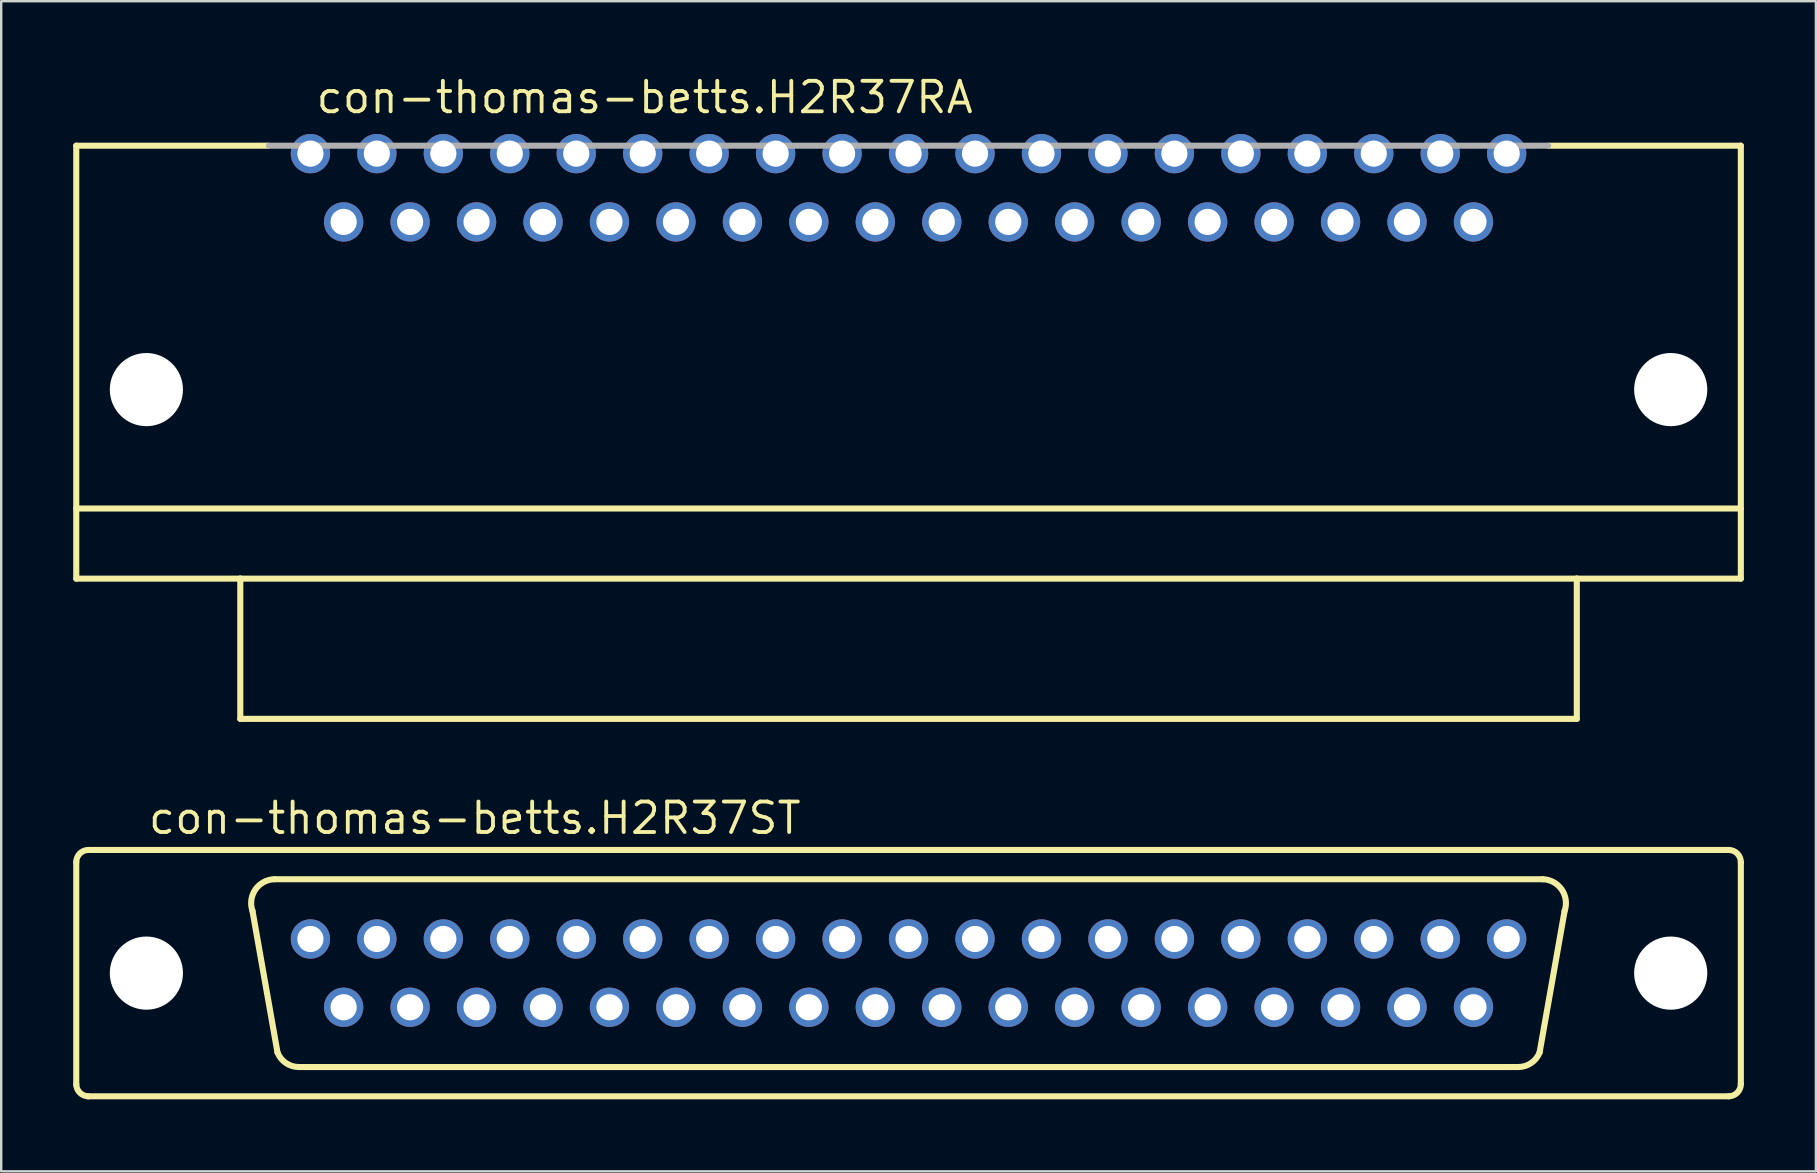
<source format=kicad_pcb>
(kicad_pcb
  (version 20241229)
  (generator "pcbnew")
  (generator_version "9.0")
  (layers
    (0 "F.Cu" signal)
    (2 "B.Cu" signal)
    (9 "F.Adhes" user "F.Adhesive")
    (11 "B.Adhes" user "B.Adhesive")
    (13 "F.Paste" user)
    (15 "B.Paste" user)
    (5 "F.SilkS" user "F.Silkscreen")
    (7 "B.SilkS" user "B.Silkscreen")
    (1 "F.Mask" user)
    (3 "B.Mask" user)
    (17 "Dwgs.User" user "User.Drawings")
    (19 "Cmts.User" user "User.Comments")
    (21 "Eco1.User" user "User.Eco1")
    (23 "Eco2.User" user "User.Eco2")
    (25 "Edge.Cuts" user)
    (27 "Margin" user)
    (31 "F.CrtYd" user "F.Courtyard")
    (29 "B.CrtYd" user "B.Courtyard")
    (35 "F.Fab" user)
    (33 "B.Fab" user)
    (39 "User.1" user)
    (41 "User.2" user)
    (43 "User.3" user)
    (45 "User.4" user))
  (footprint "con-thomas-betts.H2R37RA"
    (layer "F.Cu")
    (at 34.798 11.275)
    (property "Reference" "con-thomas-betts.H2R37RA" (at -24.765 -9.525 0) (layer "F.SilkS") (effects (font (size 1.27 1.27) (thickness 0.16)) (justify left bottom)))
    (attr through_hole)
    (fp_line (start -34.671 -8.255) (end -26.67 -8.255) (stroke (width 0.254) (type default)) (layer "F.SilkS"))
    (fp_line (start -34.671 6.858) (end 34.671 6.858) (stroke (width 0.254) (type default)) (layer "F.SilkS"))
    (fp_line (start -34.671 9.779) (end -34.671 -8.255) (stroke (width 0.254) (type default)) (layer "F.SilkS"))
    (fp_line (start -27.838 9.779) (end -34.671 9.779) (stroke (width 0.254) (type default)) (layer "F.SilkS"))
    (fp_line (start -27.838 9.779) (end 27.838 9.779) (stroke (width 0.254) (type default)) (layer "F.SilkS"))
    (fp_line (start -27.838 15.621) (end -27.838 9.779) (stroke (width 0.254) (type default)) (layer "F.SilkS"))
    (fp_line (start 27.838 9.779) (end 27.838 15.621) (stroke (width 0.254) (type default)) (layer "F.SilkS"))
    (fp_line (start 27.838 15.621) (end -27.838 15.621) (stroke (width 0.254) (type default)) (layer "F.SilkS"))
    (fp_line (start 34.671 -8.255) (end 26.67 -8.255) (stroke (width 0.254) (type default)) (layer "F.SilkS"))
    (fp_line (start 34.671 -8.255) (end 34.671 9.779) (stroke (width 0.254) (type default)) (layer "F.SilkS"))
    (fp_line (start 34.671 9.779) (end 27.838 9.779) (stroke (width 0.254) (type default)) (layer "F.SilkS"))
    (fp_line (start -26.645 -8.255) (end 26.645 -8.255) (stroke (width 0.254) (type default)) (layer "F.Fab"))
    (pad "" np_thru_hole circle (at -31.75 1.905) (size 3.048 3.048) (drill 3.048) (layers "*.Cu" "*.Mask"))
    (pad "" np_thru_hole circle (at 31.75 1.905) (size 3.048 3.048) (drill 3.048) (layers "*.Cu" "*.Mask"))
    (pad "1" thru_hole circle (at 24.917 -7.925) (size 1.638 1.638) (drill 1.092) (layers "*.Cu" "*.Mask"))
    (pad "2" thru_hole circle (at 22.149 -7.925) (size 1.638 1.638) (drill 1.092) (layers "*.Cu" "*.Mask"))
    (pad "3" thru_hole circle (at 19.38 -7.925) (size 1.638 1.638) (drill 1.092) (layers "*.Cu" "*.Mask"))
    (pad "4" thru_hole circle (at 16.612 -7.925) (size 1.638 1.638) (drill 1.092) (layers "*.Cu" "*.Mask"))
    (pad "5" thru_hole circle (at 13.843 -7.925) (size 1.638 1.638) (drill 1.092) (layers "*.Cu" "*.Mask"))
    (pad "6" thru_hole circle (at 11.074 -7.925) (size 1.638 1.638) (drill 1.092) (layers "*.Cu" "*.Mask"))
    (pad "7" thru_hole circle (at 8.306 -7.925) (size 1.638 1.638) (drill 1.092) (layers "*.Cu" "*.Mask"))
    (pad "8" thru_hole circle (at 5.537 -7.925) (size 1.638 1.638) (drill 1.092) (layers "*.Cu" "*.Mask"))
    (pad "9" thru_hole circle (at 2.769 -7.925) (size 1.638 1.638) (drill 1.092) (layers "*.Cu" "*.Mask"))
    (pad "10" thru_hole circle (at 0 -7.925) (size 1.638 1.638) (drill 1.092) (layers "*.Cu" "*.Mask"))
    (pad "11" thru_hole circle (at -2.769 -7.925) (size 1.638 1.638) (drill 1.092) (layers "*.Cu" "*.Mask"))
    (pad "12" thru_hole circle (at -5.537 -7.925) (size 1.638 1.638) (drill 1.092) (layers "*.Cu" "*.Mask"))
    (pad "13" thru_hole circle (at -8.306 -7.925) (size 1.638 1.638) (drill 1.092) (layers "*.Cu" "*.Mask"))
    (pad "14" thru_hole circle (at -11.074 -7.925) (size 1.638 1.638) (drill 1.092) (layers "*.Cu" "*.Mask"))
    (pad "15" thru_hole circle (at -13.843 -7.925) (size 1.638 1.638) (drill 1.092) (layers "*.Cu" "*.Mask"))
    (pad "16" thru_hole circle (at -16.612 -7.925) (size 1.638 1.638) (drill 1.092) (layers "*.Cu" "*.Mask"))
    (pad "17" thru_hole circle (at -19.38 -7.925) (size 1.638 1.638) (drill 1.092) (layers "*.Cu" "*.Mask"))
    (pad "18" thru_hole circle (at -22.149 -7.925) (size 1.638 1.638) (drill 1.092) (layers "*.Cu" "*.Mask"))
    (pad "19" thru_hole circle (at -24.917 -7.925) (size 1.638 1.638) (drill 1.092) (layers "*.Cu" "*.Mask"))
    (pad "20" thru_hole circle (at 23.533 -5.08) (size 1.638 1.638) (drill 1.092) (layers "*.Cu" "*.Mask"))
    (pad "21" thru_hole circle (at 20.765 -5.08) (size 1.638 1.638) (drill 1.092) (layers "*.Cu" "*.Mask"))
    (pad "22" thru_hole circle (at 17.996 -5.08) (size 1.638 1.638) (drill 1.092) (layers "*.Cu" "*.Mask"))
    (pad "23" thru_hole circle (at 15.227 -5.08) (size 1.638 1.638) (drill 1.092) (layers "*.Cu" "*.Mask"))
    (pad "24" thru_hole circle (at 12.459 -5.08) (size 1.638 1.638) (drill 1.092) (layers "*.Cu" "*.Mask"))
    (pad "25" thru_hole circle (at 9.69 -5.08) (size 1.638 1.638) (drill 1.092) (layers "*.Cu" "*.Mask"))
    (pad "26" thru_hole circle (at 6.921 -5.08) (size 1.638 1.638) (drill 1.092) (layers "*.Cu" "*.Mask"))
    (pad "27" thru_hole circle (at 4.153 -5.08) (size 1.638 1.638) (drill 1.092) (layers "*.Cu" "*.Mask"))
    (pad "28" thru_hole circle (at 1.384 -5.08) (size 1.638 1.638) (drill 1.092) (layers "*.Cu" "*.Mask"))
    (pad "29" thru_hole circle (at -1.384 -5.08) (size 1.638 1.638) (drill 1.092) (layers "*.Cu" "*.Mask"))
    (pad "30" thru_hole circle (at -4.153 -5.08) (size 1.638 1.638) (drill 1.092) (layers "*.Cu" "*.Mask"))
    (pad "31" thru_hole circle (at -6.921 -5.08) (size 1.638 1.638) (drill 1.092) (layers "*.Cu" "*.Mask"))
    (pad "32" thru_hole circle (at -9.69 -5.08) (size 1.638 1.638) (drill 1.092) (layers "*.Cu" "*.Mask"))
    (pad "33" thru_hole circle (at -12.459 -5.08) (size 1.638 1.638) (drill 1.092) (layers "*.Cu" "*.Mask"))
    (pad "34" thru_hole circle (at -15.227 -5.08) (size 1.638 1.638) (drill 1.092) (layers "*.Cu" "*.Mask"))
    (pad "35" thru_hole circle (at -17.996 -5.08) (size 1.638 1.638) (drill 1.092) (layers "*.Cu" "*.Mask"))
    (pad "36" thru_hole circle (at -20.765 -5.08) (size 1.638 1.638) (drill 1.092) (layers "*.Cu" "*.Mask"))
    (pad "37" thru_hole circle (at -23.533 -5.08) (size 1.638 1.638) (drill 1.092) (layers "*.Cu" "*.Mask")))
  (footprint "con-thomas-betts.H2R37ST"
    (layer "F.Cu")
    (at 34.798 37.488)
    (property "Reference" "con-thomas-betts.H2R37ST" (at -31.75 -5.715 0) (layer "F.SilkS") (effects (font (size 1.27 1.27) (thickness 0.16)) (justify left bottom)))
    (attr through_hole)
    (fp_line (start -34.671 4.648) (end -34.671 -4.623) (stroke (width 0.254) (type default)) (layer "F.SilkS"))
    (fp_line (start -34.163 -5.131) (end 34.163 -5.131) (stroke (width 0.254) (type default)) (layer "F.SilkS"))
    (fp_line (start -26.289 3.302) (end -27.33 -2.591) (stroke (width 0.254) (type default)) (layer "F.SilkS"))
    (fp_line (start 25.4 3.912) (end -25.4 3.912) (stroke (width 0.254) (type default)) (layer "F.SilkS"))
    (fp_line (start 26.289 3.302) (end 27.33 -2.591) (stroke (width 0.254) (type default)) (layer "F.SilkS"))
    (fp_line (start 26.416 -3.912) (end -26.416 -3.912) (stroke (width 0.254) (type default)) (layer "F.SilkS"))
    (fp_line (start 34.163 5.131) (end -34.188 5.131) (stroke (width 0.254) (type default)) (layer "F.SilkS"))
    (fp_line (start 34.671 -4.623) (end 34.671 4.623) (stroke (width 0.254) (type default)) (layer "F.SilkS"))
    (fp_arc (start -34.671 -4.6228) (mid -34.52221 -4.98201) (end -34.163 -5.1308) (stroke (width 0.254) (type default)) (layer "F.SilkS"))
    (fp_arc (start -34.163 5.1308) (mid -34.52221 4.98201) (end -34.671 4.6228) (stroke (width 0.254) (type default)) (layer "F.SilkS"))
    (fp_arc (start -27.3304 -2.5908) (mid -27.208543 -3.483361) (end -26.416 -3.9116) (stroke (width 0.254) (type default)) (layer "F.SilkS"))
    (fp_arc (start -25.4 3.9116) (mid -25.939029 3.744654) (end -26.289 3.302) (stroke (width 0.254) (type default)) (layer "F.SilkS"))
    (fp_arc (start 26.289 3.302) (mid 25.939029 3.744654) (end 25.4 3.9116) (stroke (width 0.254) (type default)) (layer "F.SilkS"))
    (fp_arc (start 26.416 -3.9116) (mid 27.208543 -3.483361) (end 27.3304 -2.5908) (stroke (width 0.254) (type default)) (layer "F.SilkS"))
    (fp_arc (start 34.163 -5.1308) (mid 34.52221 -4.98201) (end 34.671 -4.6228) (stroke (width 0.254) (type default)) (layer "F.SilkS"))
    (fp_arc (start 34.671 4.6228) (mid 34.52221 4.98201) (end 34.163 5.1308) (stroke (width 0.254) (type default)) (layer "F.SilkS"))
    (pad "" np_thru_hole circle (at -31.75 0) (size 3.048 3.048) (drill 3.048) (layers "*.Cu" "*.Mask"))
    (pad "" np_thru_hole circle (at 31.75 0) (size 3.048 3.048) (drill 3.048) (layers "*.Cu" "*.Mask"))
    (pad "1" thru_hole circle (at 24.917 -1.422) (size 1.638 1.638) (drill 1.092) (layers "*.Cu" "*.Mask"))
    (pad "2" thru_hole circle (at 22.149 -1.422) (size 1.638 1.638) (drill 1.092) (layers "*.Cu" "*.Mask"))
    (pad "3" thru_hole circle (at 19.38 -1.422) (size 1.638 1.638) (drill 1.092) (layers "*.Cu" "*.Mask"))
    (pad "4" thru_hole circle (at 16.612 -1.422) (size 1.638 1.638) (drill 1.092) (layers "*.Cu" "*.Mask"))
    (pad "5" thru_hole circle (at 13.843 -1.422) (size 1.638 1.638) (drill 1.092) (layers "*.Cu" "*.Mask"))
    (pad "6" thru_hole circle (at 11.074 -1.422) (size 1.638 1.638) (drill 1.092) (layers "*.Cu" "*.Mask"))
    (pad "7" thru_hole circle (at 8.306 -1.422) (size 1.638 1.638) (drill 1.092) (layers "*.Cu" "*.Mask"))
    (pad "8" thru_hole circle (at 5.537 -1.422) (size 1.638 1.638) (drill 1.092) (layers "*.Cu" "*.Mask"))
    (pad "9" thru_hole circle (at 2.769 -1.422) (size 1.638 1.638) (drill 1.092) (layers "*.Cu" "*.Mask"))
    (pad "10" thru_hole circle (at 0 -1.422) (size 1.638 1.638) (drill 1.092) (layers "*.Cu" "*.Mask"))
    (pad "11" thru_hole circle (at -2.769 -1.422) (size 1.638 1.638) (drill 1.092) (layers "*.Cu" "*.Mask"))
    (pad "12" thru_hole circle (at -5.537 -1.422) (size 1.638 1.638) (drill 1.092) (layers "*.Cu" "*.Mask"))
    (pad "13" thru_hole circle (at -8.306 -1.422) (size 1.638 1.638) (drill 1.092) (layers "*.Cu" "*.Mask"))
    (pad "14" thru_hole circle (at -11.074 -1.422) (size 1.638 1.638) (drill 1.092) (layers "*.Cu" "*.Mask"))
    (pad "15" thru_hole circle (at -13.843 -1.422) (size 1.638 1.638) (drill 1.092) (layers "*.Cu" "*.Mask"))
    (pad "16" thru_hole circle (at -16.612 -1.422) (size 1.638 1.638) (drill 1.092) (layers "*.Cu" "*.Mask"))
    (pad "17" thru_hole circle (at -19.38 -1.422) (size 1.638 1.638) (drill 1.092) (layers "*.Cu" "*.Mask"))
    (pad "18" thru_hole circle (at -22.149 -1.422) (size 1.638 1.638) (drill 1.092) (layers "*.Cu" "*.Mask"))
    (pad "19" thru_hole circle (at -24.917 -1.422) (size 1.638 1.638) (drill 1.092) (layers "*.Cu" "*.Mask"))
    (pad "20" thru_hole circle (at 23.533 1.422) (size 1.638 1.638) (drill 1.092) (layers "*.Cu" "*.Mask"))
    (pad "21" thru_hole circle (at 20.765 1.422) (size 1.638 1.638) (drill 1.092) (layers "*.Cu" "*.Mask"))
    (pad "22" thru_hole circle (at 17.996 1.422) (size 1.638 1.638) (drill 1.092) (layers "*.Cu" "*.Mask"))
    (pad "23" thru_hole circle (at 15.227 1.422) (size 1.638 1.638) (drill 1.092) (layers "*.Cu" "*.Mask"))
    (pad "24" thru_hole circle (at 12.459 1.422) (size 1.638 1.638) (drill 1.092) (layers "*.Cu" "*.Mask"))
    (pad "25" thru_hole circle (at 9.69 1.422) (size 1.638 1.638) (drill 1.092) (layers "*.Cu" "*.Mask"))
    (pad "26" thru_hole circle (at 6.921 1.422) (size 1.638 1.638) (drill 1.092) (layers "*.Cu" "*.Mask"))
    (pad "27" thru_hole circle (at 4.153 1.422) (size 1.638 1.638) (drill 1.092) (layers "*.Cu" "*.Mask"))
    (pad "28" thru_hole circle (at 1.384 1.422) (size 1.638 1.638) (drill 1.092) (layers "*.Cu" "*.Mask"))
    (pad "29" thru_hole circle (at -1.384 1.422) (size 1.638 1.638) (drill 1.092) (layers "*.Cu" "*.Mask"))
    (pad "30" thru_hole circle (at -4.153 1.422) (size 1.638 1.638) (drill 1.092) (layers "*.Cu" "*.Mask"))
    (pad "31" thru_hole circle (at -6.921 1.422) (size 1.638 1.638) (drill 1.092) (layers "*.Cu" "*.Mask"))
    (pad "32" thru_hole circle (at -9.69 1.422) (size 1.638 1.638) (drill 1.092) (layers "*.Cu" "*.Mask"))
    (pad "33" thru_hole circle (at -12.459 1.422) (size 1.638 1.638) (drill 1.092) (layers "*.Cu" "*.Mask"))
    (pad "34" thru_hole circle (at -15.227 1.422) (size 1.638 1.638) (drill 1.092) (layers "*.Cu" "*.Mask"))
    (pad "35" thru_hole circle (at -17.996 1.422) (size 1.638 1.638) (drill 1.092) (layers "*.Cu" "*.Mask"))
    (pad "36" thru_hole circle (at -20.765 1.422) (size 1.638 1.638) (drill 1.092) (layers "*.Cu" "*.Mask"))
    (pad "37" thru_hole circle (at -23.533 1.422) (size 1.638 1.638) (drill 1.092) (layers "*.Cu" "*.Mask")))
  (gr_rect
    (start -3 -3)
    (end 72.596 45.746)
    (stroke (width 0.1) (type default))
    (fill no)
    (layer "Edge.Cuts")))
</source>
